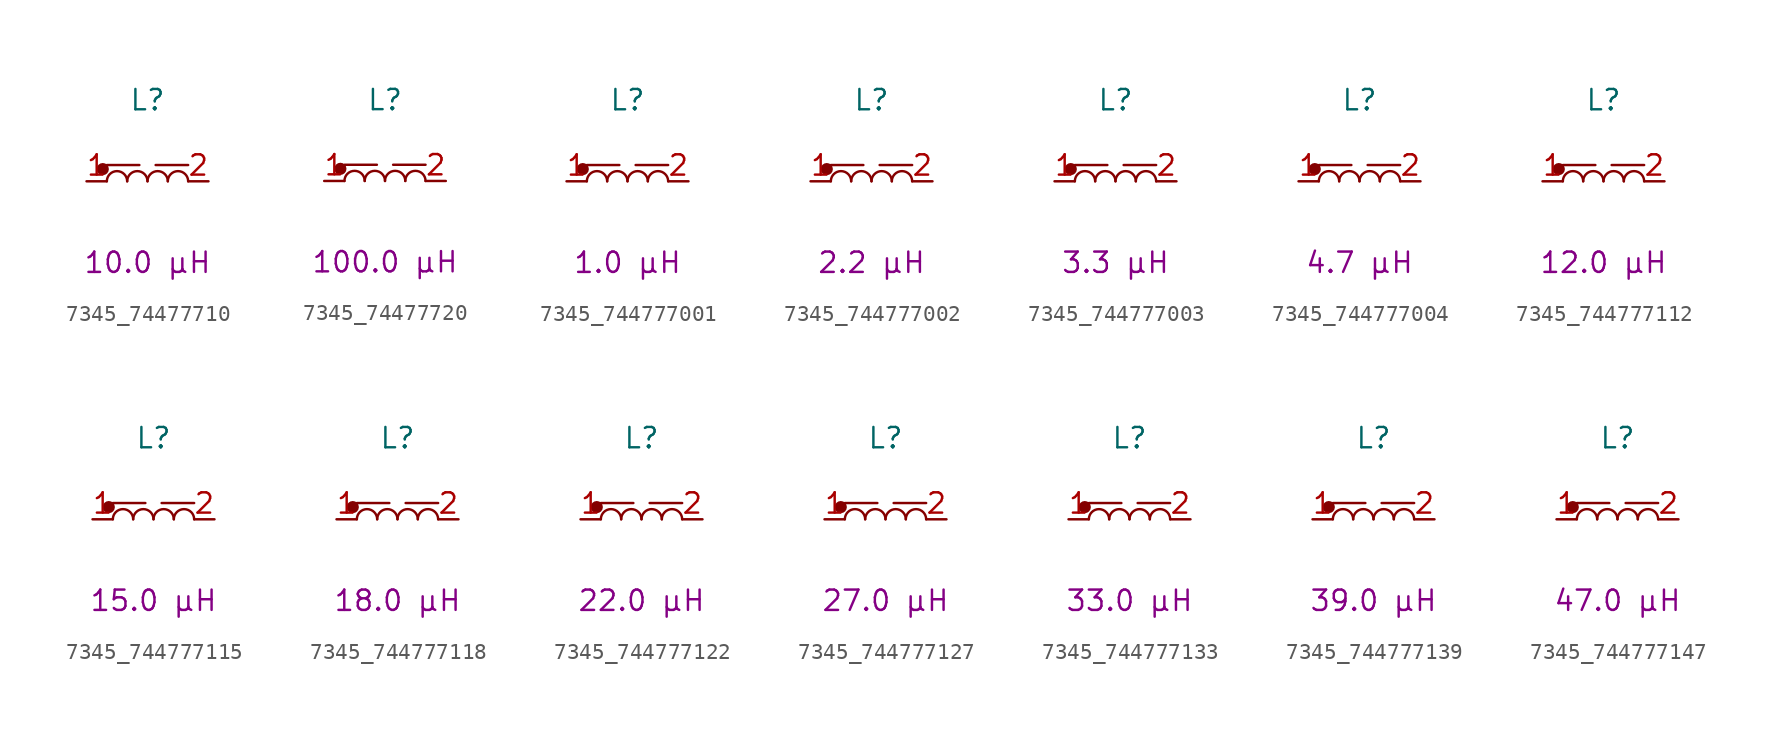
<source format=kicad_sym>
(kicad_symbol_lib
  (version 20220914)
  (generator kicad_symbol_editor)
  (symbol "7345_74477710"
    (pin_names hide)
    (property "Reference" "L"
      (at 0 5.08 0)
      (effects (font (size 1.27 1.27))))
    (property "Critical Parameter" "10.0 µH"
      (at 0 -5.08 0)
      (effects (font (size 1.27 1.27))))
    (symbol "7345_74477710_0_1"
      (arc (start -1.27 0) (mid -1.905 0.6323) (end -2.54 0) (stroke (width 0) (type default)) (fill (type none)))
      (arc (start 0 0) (mid -0.635 0.6323) (end -1.27 0) (stroke (width 0) (type default)) (fill (type none)))
      (polyline (pts (xy -2.54 1.016) (xy -0.508 1.016)) (stroke (width 0) (type default)) (fill (type none)))
      (arc (start 1.27 0) (mid 0.635 0.6323) (end 0 0) (stroke (width 0) (type default)) (fill (type none)))
      (arc (start 2.54 0) (mid 1.905 0.6323) (end 1.27 0) (stroke (width 0) (type default)) (fill (type none))))
    (symbol "7345_74477710_1_1"
      (circle (center -2.794 0.762) (radius 0.0001) (stroke (width 0.381) (type default)) (fill (type none)))
      (polyline (pts (xy 2.54 1.016) (xy 0.508 1.016)) (stroke (width 0) (type default)) (fill (type none)))
      (pin passive line (at -3.81 0 0) (length 1.27) (name "1" (effects (font (size 1.27 1.27)))) (number "1" (effects (font (size 1.27 1.27)))))
      (pin passive line (at 3.81 0 180) (length 1.27) (name "2" (effects (font (size 1.27 1.27)))) (number "2" (effects (font (size 1.27 1.27)))))))
  (symbol "7345_74477720"
    (pin_names hide)
    (property "Reference" "L"
      (at 0 5.08 0)
      (effects (font (size 1.27 1.27))))
    (property "Critical Parameter" "100.0 µH"
      (at 0 -5.08 0)
      (effects (font (size 1.27 1.27))))
    (symbol "7345_74477720_0_1"
      (arc (start -1.27 0) (mid -1.905 0.6323) (end -2.54 0) (stroke (width 0) (type default)) (fill (type none)))
      (arc (start 0 0) (mid -0.635 0.6323) (end -1.27 0) (stroke (width 0) (type default)) (fill (type none)))
      (polyline (pts (xy -2.54 1.016) (xy -0.508 1.016)) (stroke (width 0) (type default)) (fill (type none)))
      (arc (start 1.27 0) (mid 0.635 0.6323) (end 0 0) (stroke (width 0) (type default)) (fill (type none)))
      (arc (start 2.54 0) (mid 1.905 0.6323) (end 1.27 0) (stroke (width 0) (type default)) (fill (type none))))
    (symbol "7345_74477720_1_1"
      (circle (center -2.794 0.762) (radius 0.0001) (stroke (width 0.381) (type default)) (fill (type none)))
      (polyline (pts (xy 2.54 1.016) (xy 0.508 1.016)) (stroke (width 0) (type default)) (fill (type none)))
      (pin passive line (at -3.81 0 0) (length 1.27) (name "1" (effects (font (size 1.27 1.27)))) (number "1" (effects (font (size 1.27 1.27)))))
      (pin passive line (at 3.81 0 180) (length 1.27) (name "2" (effects (font (size 1.27 1.27)))) (number "2" (effects (font (size 1.27 1.27)))))))
  (symbol "7345_744777001"
    (pin_names hide)
    (property "Reference" "L"
      (at 0 5.08 0)
      (effects (font (size 1.27 1.27))))
    (property "Critical Parameter" "1.0 µH"
      (at 0 -5.08 0)
      (effects (font (size 1.27 1.27))))
    (symbol "7345_744777001_0_1"
      (arc (start -1.27 0) (mid -1.905 0.6323) (end -2.54 0) (stroke (width 0) (type default)) (fill (type none)))
      (arc (start 0 0) (mid -0.635 0.6323) (end -1.27 0) (stroke (width 0) (type default)) (fill (type none)))
      (polyline (pts (xy -2.54 1.016) (xy -0.508 1.016)) (stroke (width 0) (type default)) (fill (type none)))
      (arc (start 1.27 0) (mid 0.635 0.6323) (end 0 0) (stroke (width 0) (type default)) (fill (type none)))
      (arc (start 2.54 0) (mid 1.905 0.6323) (end 1.27 0) (stroke (width 0) (type default)) (fill (type none))))
    (symbol "7345_744777001_1_1"
      (circle (center -2.794 0.762) (radius 0.0001) (stroke (width 0.381) (type default)) (fill (type none)))
      (polyline (pts (xy 2.54 1.016) (xy 0.508 1.016)) (stroke (width 0) (type default)) (fill (type none)))
      (pin passive line (at -3.81 0 0) (length 1.27) (name "1" (effects (font (size 1.27 1.27)))) (number "1" (effects (font (size 1.27 1.27)))))
      (pin passive line (at 3.81 0 180) (length 1.27) (name "2" (effects (font (size 1.27 1.27)))) (number "2" (effects (font (size 1.27 1.27)))))))
  (symbol "7345_744777002"
    (pin_names hide)
    (property "Reference" "L"
      (at 0 5.08 0)
      (effects (font (size 1.27 1.27))))
    (property "Critical Parameter" "2.2 µH"
      (at 0 -5.08 0)
      (effects (font (size 1.27 1.27))))
    (symbol "7345_744777002_0_1"
      (arc (start -1.27 0) (mid -1.905 0.6323) (end -2.54 0) (stroke (width 0) (type default)) (fill (type none)))
      (arc (start 0 0) (mid -0.635 0.6323) (end -1.27 0) (stroke (width 0) (type default)) (fill (type none)))
      (polyline (pts (xy -2.54 1.016) (xy -0.508 1.016)) (stroke (width 0) (type default)) (fill (type none)))
      (arc (start 1.27 0) (mid 0.635 0.6323) (end 0 0) (stroke (width 0) (type default)) (fill (type none)))
      (arc (start 2.54 0) (mid 1.905 0.6323) (end 1.27 0) (stroke (width 0) (type default)) (fill (type none))))
    (symbol "7345_744777002_1_1"
      (circle (center -2.794 0.762) (radius 0.0001) (stroke (width 0.381) (type default)) (fill (type none)))
      (polyline (pts (xy 2.54 1.016) (xy 0.508 1.016)) (stroke (width 0) (type default)) (fill (type none)))
      (pin passive line (at -3.81 0 0) (length 1.27) (name "1" (effects (font (size 1.27 1.27)))) (number "1" (effects (font (size 1.27 1.27)))))
      (pin passive line (at 3.81 0 180) (length 1.27) (name "2" (effects (font (size 1.27 1.27)))) (number "2" (effects (font (size 1.27 1.27)))))))
  (symbol "7345_744777003"
    (pin_names hide)
    (property "Reference" "L"
      (at 0 5.08 0)
      (effects (font (size 1.27 1.27))))
    (property "Critical Parameter" "3.3 µH"
      (at 0 -5.08 0)
      (effects (font (size 1.27 1.27))))
    (symbol "7345_744777003_0_1"
      (arc (start -1.27 0) (mid -1.905 0.6323) (end -2.54 0) (stroke (width 0) (type default)) (fill (type none)))
      (arc (start 0 0) (mid -0.635 0.6323) (end -1.27 0) (stroke (width 0) (type default)) (fill (type none)))
      (polyline (pts (xy -2.54 1.016) (xy -0.508 1.016)) (stroke (width 0) (type default)) (fill (type none)))
      (arc (start 1.27 0) (mid 0.635 0.6323) (end 0 0) (stroke (width 0) (type default)) (fill (type none)))
      (arc (start 2.54 0) (mid 1.905 0.6323) (end 1.27 0) (stroke (width 0) (type default)) (fill (type none))))
    (symbol "7345_744777003_1_1"
      (circle (center -2.794 0.762) (radius 0.0001) (stroke (width 0.381) (type default)) (fill (type none)))
      (polyline (pts (xy 2.54 1.016) (xy 0.508 1.016)) (stroke (width 0) (type default)) (fill (type none)))
      (pin passive line (at -3.81 0 0) (length 1.27) (name "1" (effects (font (size 1.27 1.27)))) (number "1" (effects (font (size 1.27 1.27)))))
      (pin passive line (at 3.81 0 180) (length 1.27) (name "2" (effects (font (size 1.27 1.27)))) (number "2" (effects (font (size 1.27 1.27)))))))
  (symbol "7345_744777004"
    (pin_names hide)
    (property "Reference" "L"
      (at 0 5.08 0)
      (effects (font (size 1.27 1.27))))
    (property "Critical Parameter" "4.7 µH"
      (at 0 -5.08 0)
      (effects (font (size 1.27 1.27))))
    (symbol "7345_744777004_0_1"
      (arc (start -1.27 0) (mid -1.905 0.6323) (end -2.54 0) (stroke (width 0) (type default)) (fill (type none)))
      (arc (start 0 0) (mid -0.635 0.6323) (end -1.27 0) (stroke (width 0) (type default)) (fill (type none)))
      (polyline (pts (xy -2.54 1.016) (xy -0.508 1.016)) (stroke (width 0) (type default)) (fill (type none)))
      (arc (start 1.27 0) (mid 0.635 0.6323) (end 0 0) (stroke (width 0) (type default)) (fill (type none)))
      (arc (start 2.54 0) (mid 1.905 0.6323) (end 1.27 0) (stroke (width 0) (type default)) (fill (type none))))
    (symbol "7345_744777004_1_1"
      (circle (center -2.794 0.762) (radius 0.0001) (stroke (width 0.381) (type default)) (fill (type none)))
      (polyline (pts (xy 2.54 1.016) (xy 0.508 1.016)) (stroke (width 0) (type default)) (fill (type none)))
      (pin passive line (at -3.81 0 0) (length 1.27) (name "1" (effects (font (size 1.27 1.27)))) (number "1" (effects (font (size 1.27 1.27)))))
      (pin passive line (at 3.81 0 180) (length 1.27) (name "2" (effects (font (size 1.27 1.27)))) (number "2" (effects (font (size 1.27 1.27)))))))
  (symbol "7345_744777112"
    (pin_names hide)
    (property "Reference" "L"
      (at 0 5.08 0)
      (effects (font (size 1.27 1.27))))
    (property "Critical Parameter" "12.0 µH"
      (at 0 -5.08 0)
      (effects (font (size 1.27 1.27))))
    (symbol "7345_744777112_0_1"
      (arc (start -1.27 0) (mid -1.905 0.6323) (end -2.54 0) (stroke (width 0) (type default)) (fill (type none)))
      (arc (start 0 0) (mid -0.635 0.6323) (end -1.27 0) (stroke (width 0) (type default)) (fill (type none)))
      (polyline (pts (xy -2.54 1.016) (xy -0.508 1.016)) (stroke (width 0) (type default)) (fill (type none)))
      (arc (start 1.27 0) (mid 0.635 0.6323) (end 0 0) (stroke (width 0) (type default)) (fill (type none)))
      (arc (start 2.54 0) (mid 1.905 0.6323) (end 1.27 0) (stroke (width 0) (type default)) (fill (type none))))
    (symbol "7345_744777112_1_1"
      (circle (center -2.794 0.762) (radius 0.0001) (stroke (width 0.381) (type default)) (fill (type none)))
      (polyline (pts (xy 2.54 1.016) (xy 0.508 1.016)) (stroke (width 0) (type default)) (fill (type none)))
      (pin passive line (at -3.81 0 0) (length 1.27) (name "1" (effects (font (size 1.27 1.27)))) (number "1" (effects (font (size 1.27 1.27)))))
      (pin passive line (at 3.81 0 180) (length 1.27) (name "2" (effects (font (size 1.27 1.27)))) (number "2" (effects (font (size 1.27 1.27)))))))
  (symbol "7345_744777115"
    (pin_names hide)
    (property "Reference" "L"
      (at 0 5.08 0)
      (effects (font (size 1.27 1.27))))
    (property "Critical Parameter" "15.0 µH"
      (at 0 -5.08 0)
      (effects (font (size 1.27 1.27))))
    (symbol "7345_744777115_0_1"
      (arc (start -1.27 0) (mid -1.905 0.6323) (end -2.54 0) (stroke (width 0) (type default)) (fill (type none)))
      (arc (start 0 0) (mid -0.635 0.6323) (end -1.27 0) (stroke (width 0) (type default)) (fill (type none)))
      (polyline (pts (xy -2.54 1.016) (xy -0.508 1.016)) (stroke (width 0) (type default)) (fill (type none)))
      (arc (start 1.27 0) (mid 0.635 0.6323) (end 0 0) (stroke (width 0) (type default)) (fill (type none)))
      (arc (start 2.54 0) (mid 1.905 0.6323) (end 1.27 0) (stroke (width 0) (type default)) (fill (type none))))
    (symbol "7345_744777115_1_1"
      (circle (center -2.794 0.762) (radius 0.0001) (stroke (width 0.381) (type default)) (fill (type none)))
      (polyline (pts (xy 2.54 1.016) (xy 0.508 1.016)) (stroke (width 0) (type default)) (fill (type none)))
      (pin passive line (at -3.81 0 0) (length 1.27) (name "1" (effects (font (size 1.27 1.27)))) (number "1" (effects (font (size 1.27 1.27)))))
      (pin passive line (at 3.81 0 180) (length 1.27) (name "2" (effects (font (size 1.27 1.27)))) (number "2" (effects (font (size 1.27 1.27)))))))
  (symbol "7345_744777118"
    (pin_names hide)
    (property "Reference" "L"
      (at 0 5.08 0)
      (effects (font (size 1.27 1.27))))
    (property "Critical Parameter" "18.0 µH"
      (at 0 -5.08 0)
      (effects (font (size 1.27 1.27))))
    (symbol "7345_744777118_0_1"
      (arc (start -1.27 0) (mid -1.905 0.6323) (end -2.54 0) (stroke (width 0) (type default)) (fill (type none)))
      (arc (start 0 0) (mid -0.635 0.6323) (end -1.27 0) (stroke (width 0) (type default)) (fill (type none)))
      (polyline (pts (xy -2.54 1.016) (xy -0.508 1.016)) (stroke (width 0) (type default)) (fill (type none)))
      (arc (start 1.27 0) (mid 0.635 0.6323) (end 0 0) (stroke (width 0) (type default)) (fill (type none)))
      (arc (start 2.54 0) (mid 1.905 0.6323) (end 1.27 0) (stroke (width 0) (type default)) (fill (type none))))
    (symbol "7345_744777118_1_1"
      (circle (center -2.794 0.762) (radius 0.0001) (stroke (width 0.381) (type default)) (fill (type none)))
      (polyline (pts (xy 2.54 1.016) (xy 0.508 1.016)) (stroke (width 0) (type default)) (fill (type none)))
      (pin passive line (at -3.81 0 0) (length 1.27) (name "1" (effects (font (size 1.27 1.27)))) (number "1" (effects (font (size 1.27 1.27)))))
      (pin passive line (at 3.81 0 180) (length 1.27) (name "2" (effects (font (size 1.27 1.27)))) (number "2" (effects (font (size 1.27 1.27)))))))
  (symbol "7345_744777122"
    (pin_names hide)
    (property "Reference" "L"
      (at 0 5.08 0)
      (effects (font (size 1.27 1.27))))
    (property "Critical Parameter" "22.0 µH"
      (at 0 -5.08 0)
      (effects (font (size 1.27 1.27))))
    (symbol "7345_744777122_0_1"
      (arc (start -1.27 0) (mid -1.905 0.6323) (end -2.54 0) (stroke (width 0) (type default)) (fill (type none)))
      (arc (start 0 0) (mid -0.635 0.6323) (end -1.27 0) (stroke (width 0) (type default)) (fill (type none)))
      (polyline (pts (xy -2.54 1.016) (xy -0.508 1.016)) (stroke (width 0) (type default)) (fill (type none)))
      (arc (start 1.27 0) (mid 0.635 0.6323) (end 0 0) (stroke (width 0) (type default)) (fill (type none)))
      (arc (start 2.54 0) (mid 1.905 0.6323) (end 1.27 0) (stroke (width 0) (type default)) (fill (type none))))
    (symbol "7345_744777122_1_1"
      (circle (center -2.794 0.762) (radius 0.0001) (stroke (width 0.381) (type default)) (fill (type none)))
      (polyline (pts (xy 2.54 1.016) (xy 0.508 1.016)) (stroke (width 0) (type default)) (fill (type none)))
      (pin passive line (at -3.81 0 0) (length 1.27) (name "1" (effects (font (size 1.27 1.27)))) (number "1" (effects (font (size 1.27 1.27)))))
      (pin passive line (at 3.81 0 180) (length 1.27) (name "2" (effects (font (size 1.27 1.27)))) (number "2" (effects (font (size 1.27 1.27)))))))
  (symbol "7345_744777127"
    (pin_names hide)
    (property "Reference" "L"
      (at 0 5.08 0)
      (effects (font (size 1.27 1.27))))
    (property "Critical Parameter" "27.0 µH"
      (at 0 -5.08 0)
      (effects (font (size 1.27 1.27))))
    (symbol "7345_744777127_0_1"
      (arc (start -1.27 0) (mid -1.905 0.6323) (end -2.54 0) (stroke (width 0) (type default)) (fill (type none)))
      (arc (start 0 0) (mid -0.635 0.6323) (end -1.27 0) (stroke (width 0) (type default)) (fill (type none)))
      (polyline (pts (xy -2.54 1.016) (xy -0.508 1.016)) (stroke (width 0) (type default)) (fill (type none)))
      (arc (start 1.27 0) (mid 0.635 0.6323) (end 0 0) (stroke (width 0) (type default)) (fill (type none)))
      (arc (start 2.54 0) (mid 1.905 0.6323) (end 1.27 0) (stroke (width 0) (type default)) (fill (type none))))
    (symbol "7345_744777127_1_1"
      (circle (center -2.794 0.762) (radius 0.0001) (stroke (width 0.381) (type default)) (fill (type none)))
      (polyline (pts (xy 2.54 1.016) (xy 0.508 1.016)) (stroke (width 0) (type default)) (fill (type none)))
      (pin passive line (at -3.81 0 0) (length 1.27) (name "1" (effects (font (size 1.27 1.27)))) (number "1" (effects (font (size 1.27 1.27)))))
      (pin passive line (at 3.81 0 180) (length 1.27) (name "2" (effects (font (size 1.27 1.27)))) (number "2" (effects (font (size 1.27 1.27)))))))
  (symbol "7345_744777133"
    (pin_names hide)
    (property "Reference" "L"
      (at 0 5.08 0)
      (effects (font (size 1.27 1.27))))
    (property "Critical Parameter" "33.0 µH"
      (at 0 -5.08 0)
      (effects (font (size 1.27 1.27))))
    (symbol "7345_744777133_0_1"
      (arc (start -1.27 0) (mid -1.905 0.6323) (end -2.54 0) (stroke (width 0) (type default)) (fill (type none)))
      (arc (start 0 0) (mid -0.635 0.6323) (end -1.27 0) (stroke (width 0) (type default)) (fill (type none)))
      (polyline (pts (xy -2.54 1.016) (xy -0.508 1.016)) (stroke (width 0) (type default)) (fill (type none)))
      (arc (start 1.27 0) (mid 0.635 0.6323) (end 0 0) (stroke (width 0) (type default)) (fill (type none)))
      (arc (start 2.54 0) (mid 1.905 0.6323) (end 1.27 0) (stroke (width 0) (type default)) (fill (type none))))
    (symbol "7345_744777133_1_1"
      (circle (center -2.794 0.762) (radius 0.0001) (stroke (width 0.381) (type default)) (fill (type none)))
      (polyline (pts (xy 2.54 1.016) (xy 0.508 1.016)) (stroke (width 0) (type default)) (fill (type none)))
      (pin passive line (at -3.81 0 0) (length 1.27) (name "1" (effects (font (size 1.27 1.27)))) (number "1" (effects (font (size 1.27 1.27)))))
      (pin passive line (at 3.81 0 180) (length 1.27) (name "2" (effects (font (size 1.27 1.27)))) (number "2" (effects (font (size 1.27 1.27)))))))
  (symbol "7345_744777139"
    (pin_names hide)
    (property "Reference" "L"
      (at 0 5.08 0)
      (effects (font (size 1.27 1.27))))
    (property "Critical Parameter" "39.0 µH"
      (at 0 -5.08 0)
      (effects (font (size 1.27 1.27))))
    (symbol "7345_744777139_0_1"
      (arc (start -1.27 0) (mid -1.905 0.6323) (end -2.54 0) (stroke (width 0) (type default)) (fill (type none)))
      (arc (start 0 0) (mid -0.635 0.6323) (end -1.27 0) (stroke (width 0) (type default)) (fill (type none)))
      (polyline (pts (xy -2.54 1.016) (xy -0.508 1.016)) (stroke (width 0) (type default)) (fill (type none)))
      (arc (start 1.27 0) (mid 0.635 0.6323) (end 0 0) (stroke (width 0) (type default)) (fill (type none)))
      (arc (start 2.54 0) (mid 1.905 0.6323) (end 1.27 0) (stroke (width 0) (type default)) (fill (type none))))
    (symbol "7345_744777139_1_1"
      (circle (center -2.794 0.762) (radius 0.0001) (stroke (width 0.381) (type default)) (fill (type none)))
      (polyline (pts (xy 2.54 1.016) (xy 0.508 1.016)) (stroke (width 0) (type default)) (fill (type none)))
      (pin passive line (at -3.81 0 0) (length 1.27) (name "1" (effects (font (size 1.27 1.27)))) (number "1" (effects (font (size 1.27 1.27)))))
      (pin passive line (at 3.81 0 180) (length 1.27) (name "2" (effects (font (size 1.27 1.27)))) (number "2" (effects (font (size 1.27 1.27)))))))
  (symbol "7345_744777147"
    (pin_names hide)
    (property "Reference" "L"
      (at 0 5.08 0)
      (effects (font (size 1.27 1.27))))
    (property "Critical Parameter" "47.0 µH"
      (at 0 -5.08 0)
      (effects (font (size 1.27 1.27))))
    (symbol "7345_744777147_0_1"
      (arc (start -1.27 0) (mid -1.905 0.6323) (end -2.54 0) (stroke (width 0) (type default)) (fill (type none)))
      (arc (start 0 0) (mid -0.635 0.6323) (end -1.27 0) (stroke (width 0) (type default)) (fill (type none)))
      (polyline (pts (xy -2.54 1.016) (xy -0.508 1.016)) (stroke (width 0) (type default)) (fill (type none)))
      (arc (start 1.27 0) (mid 0.635 0.6323) (end 0 0) (stroke (width 0) (type default)) (fill (type none)))
      (arc (start 2.54 0) (mid 1.905 0.6323) (end 1.27 0) (stroke (width 0) (type default)) (fill (type none))))
    (symbol "7345_744777147_1_1"
      (circle (center -2.794 0.762) (radius 0.0001) (stroke (width 0.381) (type default)) (fill (type none)))
      (polyline (pts (xy 2.54 1.016) (xy 0.508 1.016)) (stroke (width 0) (type default)) (fill (type none)))
      (pin passive line (at -3.81 0 0) (length 1.27) (name "1" (effects (font (size 1.27 1.27)))) (number "1" (effects (font (size 1.27 1.27)))))
      (pin passive line (at 3.81 0 180) (length 1.27) (name "2" (effects (font (size 1.27 1.27)))) (number "2" (effects (font (size 1.27 1.27))))))))
</source>
